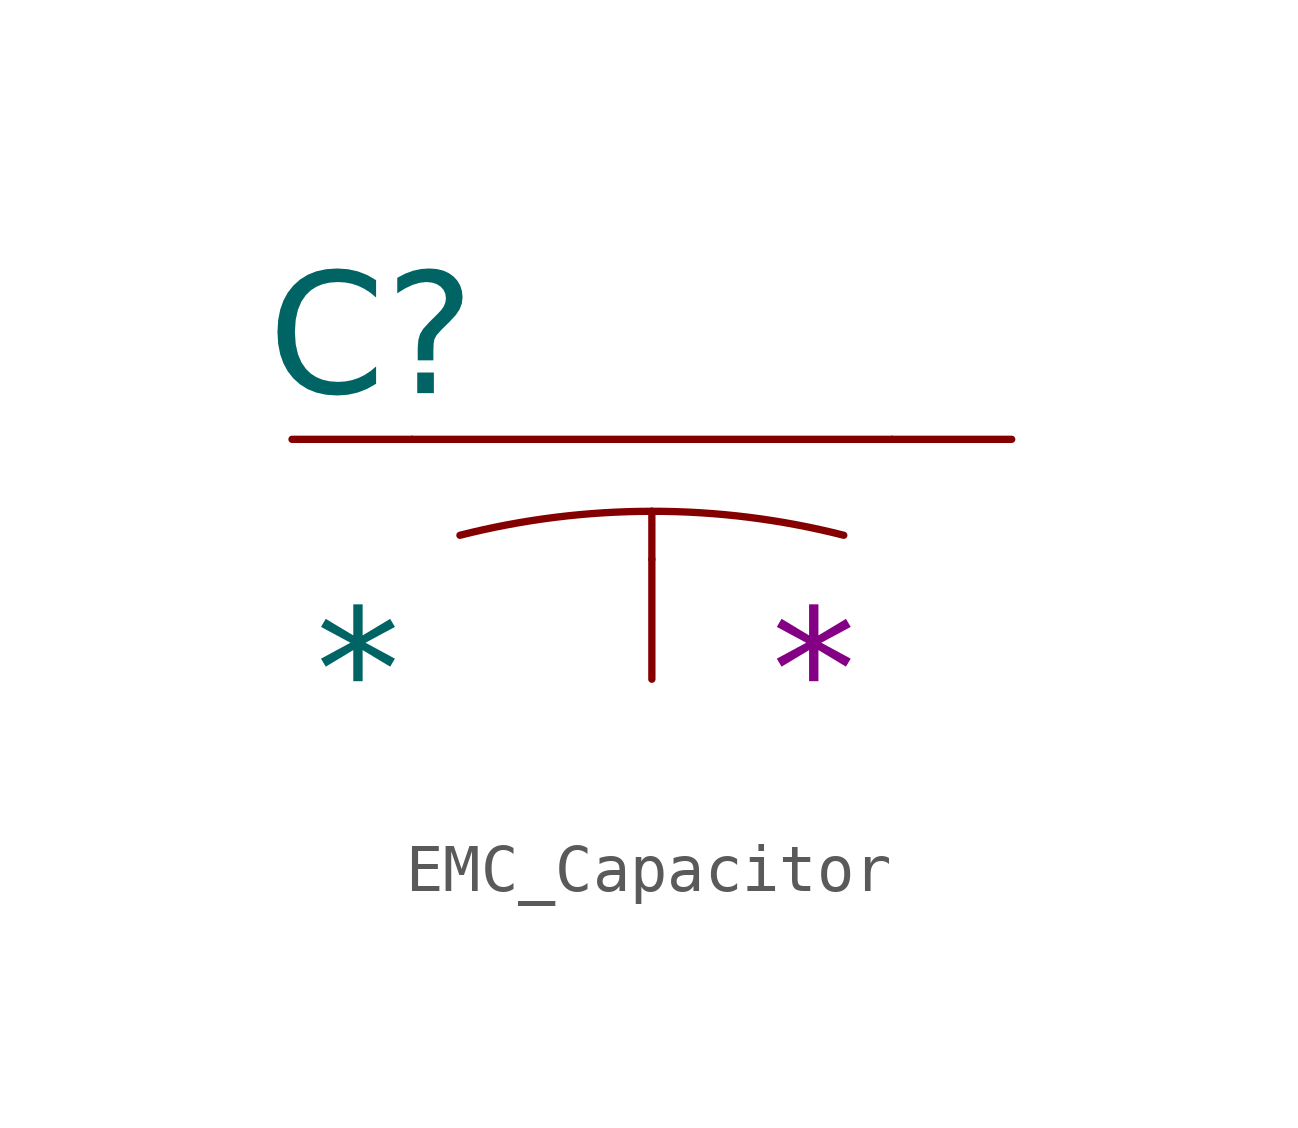
<source format=kicad_sym>
(kicad_symbol_lib
  (version 20220914)
  (generator kicad_symbol_editor)
  (symbol "EMC_Capacitor"
    (property "Reference" "C"
      (at -0.5 2 0)
      (effects (font (face "GOST type A") (size 2.5 2.5) italic) (justify left)))
    (property "Value" "*"
      (at 0.5 -5 0)
      (effects (font (face "GOST type A") (size 2.5 2.5) italic) (justify left)))
    (property "Voltage" "*"
      (at 10 -5 0)
      (effects (font (face "GOST type A") (size 2.5 2.5) italic) (justify left)))
    (symbol "EMC_Capacitor_0_1"
      (polyline (pts (xy 2.5 0) (xy 12.5 0)) (stroke (width 0) (type default)) (fill (type none)))
      (polyline (pts (xy 7.5 -2.5) (xy 7.5 -1.5)) (stroke (width 0) (type default)) (fill (type none)))
      (arc (start 7.5 -1.5) (mid 5.4844 -1.6253) (end 3.5 -2) (stroke (width 0) (type default)) (fill (type none)))
      (arc (start 11.5 -2) (mid 9.5156 -1.625) (end 7.5 -1.5) (stroke (width 0) (type default)) (fill (type none))))
    (symbol "EMC_Capacitor_1_1"
      (pin passive line (at 0 0 0) (length 2.5) (name "" (effects (font (size 1.27 1.27)))) (number "" (effects (font (size 1.27 1.27)))))
      (pin passive line (at 7.5 -5 90) (length 2.5) (name "" (effects (font (size 1.27 1.27)))) (number "" (effects (font (size 1.27 1.27)))))
      (pin passive line (at 15 0 180) (length 2.5) (name "" (effects (font (size 1.27 1.27)))) (number "" (effects (font (size 1.27 1.27))))))))
</source>
